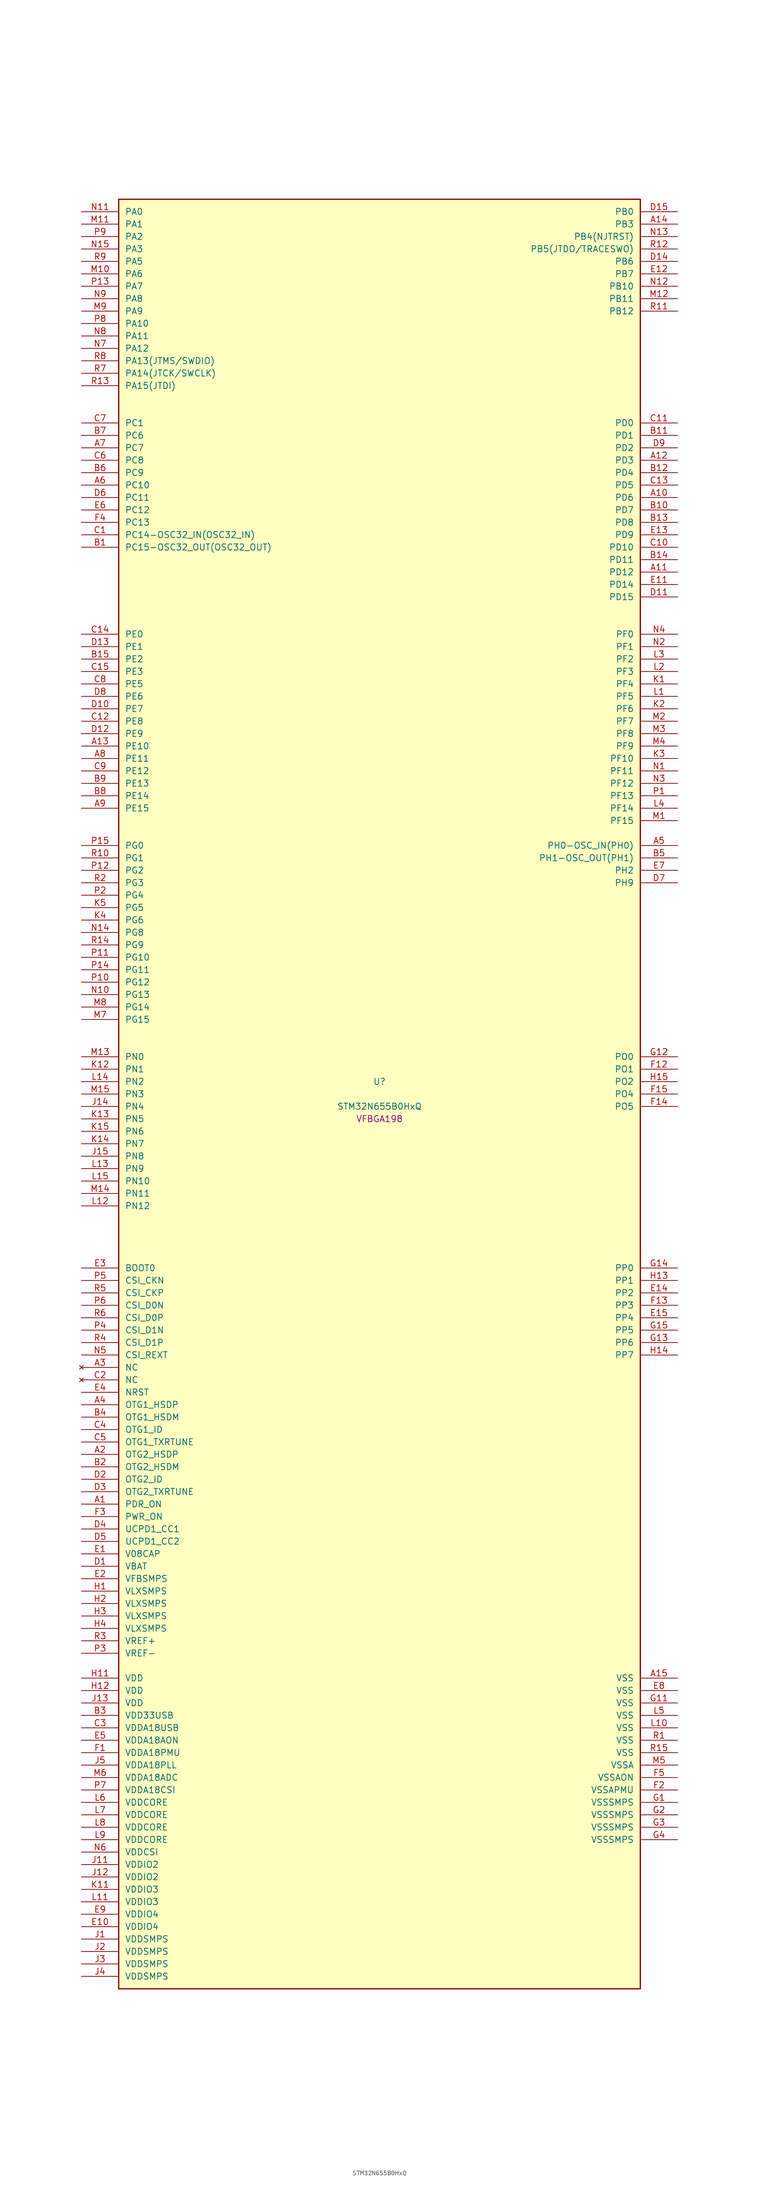
<source format=kicad_sym>
(kicad_symbol_lib
  (version 20241209)
  (generator "stm32_pkl_generator")
  (generator_version "1.0")
  (symbol "STM32N655B0HxQ"
    (pin_names
      (offset 1.27))
    (property "Reference" "U"
      (at 0 2.54 0))
    (property "Value" "STM32N655B0HxQ"
      (at 0 -2.54 0))
    (property "Footprint" "VFBGA198"
      (at 0 -5.08 0))
    (symbol "STM32N655B0HxQ_1_1"
      (rectangle (start -53.34 182.88) (end 53.34 -182.88) (stroke (width 0.254) (type solid)) (fill (type background)))
      (pin bidirectional line (at -60.96 180.34 0) (length 7.62) (name "PA0") (number "N11") (alternate "PA0/ADC1_INN1" bidirectional line) (alternate "PA0/ADC1_INP0" bidirectional line) (alternate "PA0/ADC2_INN1" bidirectional line) (alternate "PA0/ADC2_INP0" bidirectional line) (alternate "PA0/FMC_D7" bidirectional line) (alternate "PA0/FMC_DA7" bidirectional line) (alternate "PA0/HDP_HDP0" bidirectional line) (alternate "PA0/I2S6_WS" bidirectional line) (alternate "PA0/LTDC_G3" bidirectional line) (alternate "PA0/PWR_WKUP1" bidirectional line) (alternate "PA0/SAI2_SD_B" bidirectional line) (alternate "PA0/SPI6_NSS" bidirectional line) (alternate "PA0/TIM15_BKIN" bidirectional line) (alternate "PA0/TIM2_CH1" bidirectional line) (alternate "PA0/TIM5_CH1" bidirectional line) (alternate "PA0/TIM9_CH1" bidirectional line) (alternate "PA0/UART4_TX" bidirectional line) (alternate "PA0/USART2_CTS" bidirectional line) (alternate "PA0/USART2_NSS" bidirectional line))
      (pin bidirectional line (at -60.96 177.8 0) (length 7.62) (name "PA1") (number "M11") (alternate "PA1/ADC1_INP1" bidirectional line) (alternate "PA1/ADC2_INP1" bidirectional line) (alternate "PA1/DCMIPP_D0" bidirectional line) (alternate "PA1/DCMI_D0" bidirectional line) (alternate "PA1/FMC_D6" bidirectional line) (alternate "PA1/FMC_DA6" bidirectional line) (alternate "PA1/HDP_HDP1" bidirectional line) (alternate "PA1/LPTIM3_IN1" bidirectional line) (alternate "PA1/LTDC_G2" bidirectional line) (alternate "PA1/PSSI_D0" bidirectional line) (alternate "PA1/SAI2_MCLK_B" bidirectional line) (alternate "PA1/TIM15_CH1N" bidirectional line) (alternate "PA1/TIM2_CH2" bidirectional line) (alternate "PA1/TIM5_CH2" bidirectional line) (alternate "PA1/UART4_RX" bidirectional line) (alternate "PA1/USART2_RTS" bidirectional line))
      (pin bidirectional line (at -60.96 175.26 0) (length 7.62) (name "PA2") (number "P9") (alternate "PA2/ADC1_INP14" bidirectional line) (alternate "PA2/ADC2_INP14" bidirectional line) (alternate "PA2/FMC_D5" bidirectional line) (alternate "PA2/FMC_DA5" bidirectional line) (alternate "PA2/HDP_HDP2" bidirectional line) (alternate "PA2/LPTIM3_IN2" bidirectional line) (alternate "PA2/LTDC_B7" bidirectional line) (alternate "PA2/MDIOS_MDIO" bidirectional line) (alternate "PA2/PWR_WKUP2" bidirectional line) (alternate "PA2/SAI2_SCK_B" bidirectional line) (alternate "PA2/TIM15_CH1" bidirectional line) (alternate "PA2/TIM2_CH3" bidirectional line) (alternate "PA2/TIM5_CH3" bidirectional line) (alternate "PA2/USART2_TX" bidirectional line))
      (pin bidirectional line (at -60.96 172.72 0) (length 7.62) (name "PA3") (number "N15") (alternate "PA3/FMC_A17" bidirectional line) (alternate "PA3/FMC_ALE" bidirectional line) (alternate "PA3/SAI1_SD_B" bidirectional line) (alternate "PA3/SPI5_NSS" bidirectional line) (alternate "PA3/TIM16_CH1" bidirectional line) (alternate "PA3/UART7_RX" bidirectional line))
      (pin bidirectional line (at -60.96 170.18 0) (length 7.62) (name "PA5") (number "R9") (alternate "PA5/ADC2_INP18" bidirectional line) (alternate "PA5/DCMIPP_D8" bidirectional line) (alternate "PA5/DCMI_D8" bidirectional line) (alternate "PA5/FMC_NOE" bidirectional line) (alternate "PA5/HDP_HDP5" bidirectional line) (alternate "PA5/I2S1_CK" bidirectional line) (alternate "PA5/I2S6_CK" bidirectional line) (alternate "PA5/I3C1_SCL" bidirectional line) (alternate "PA5/LTDC_CLK" bidirectional line) (alternate "PA5/PSSI_D8" bidirectional line) (alternate "PA5/PWR_CSTOP" bidirectional line) (alternate "PA5/SPI1_SCK" bidirectional line) (alternate "PA5/SPI6_SCK" bidirectional line) (alternate "PA5/TIM10_CH1" bidirectional line) (alternate "PA5/TIM2_CH1" bidirectional line) (alternate "PA5/TIM2_ETR" bidirectional line) (alternate "PA5/TIM9_CH2" bidirectional line))
      (pin bidirectional line (at -60.96 167.64 0) (length 7.62) (name "PA6") (number "M10") (alternate "PA6/ADC1_INP3" bidirectional line) (alternate "PA6/ADC2_INP3" bidirectional line) (alternate "PA6/BOOT1" bidirectional line) (alternate "PA6/DCMIPP_PIXCLK" bidirectional line) (alternate "PA6/DCMI_PIXCLK" bidirectional line) (alternate "PA6/HDP_HDP6" bidirectional line) (alternate "PA6/I2S1_SDI" bidirectional line) (alternate "PA6/I2S6_SDI" bidirectional line) (alternate "PA6/I3C1_SDA" bidirectional line) (alternate "PA6/LPTIM3_ETR" bidirectional line) (alternate "PA6/LTDC_B7" bidirectional line) (alternate "PA6/LTDC_HSYNC" bidirectional line) (alternate "PA6/MDIOS_MDC" bidirectional line) (alternate "PA6/PSSI_PDCK" bidirectional line) (alternate "PA6/SPI1_MISO" bidirectional line) (alternate "PA6/SPI6_MISO" bidirectional line) (alternate "PA6/TIM13_CH1" bidirectional line) (alternate "PA6/TIM1_BKIN" bidirectional line) (alternate "PA6/TIM3_CH1" bidirectional line))
      (pin bidirectional line (at -60.96 165.1 0) (length 7.62) (name "PA7") (number "P13") (alternate "PA7/HDP_HDP7" bidirectional line) (alternate "PA7/I2S1_SDO" bidirectional line) (alternate "PA7/I2S6_SDO" bidirectional line) (alternate "PA7/LTDC_B1" bidirectional line) (alternate "PA7/LTDC_R4" bidirectional line) (alternate "PA7/SPI1_MOSI" bidirectional line) (alternate "PA7/SPI6_MOSI" bidirectional line) (alternate "PA7/TIM14_CH1" bidirectional line) (alternate "PA7/TIM1_CH1N" bidirectional line) (alternate "PA7/TIM3_CH2" bidirectional line) (alternate "PA7/USART1_RX" bidirectional line))
      (pin bidirectional line (at -60.96 162.56 0) (length 7.62) (name "PA8") (number "N9") (alternate "PA8/ADC1_INP5" bidirectional line) (alternate "PA8/ADC2_INP5" bidirectional line) (alternate "PA8/FMC_D4" bidirectional line) (alternate "PA8/FMC_DA4" bidirectional line) (alternate "PA8/HDP_HDP0" bidirectional line) (alternate "PA8/I2C3_SCL" bidirectional line) (alternate "PA8/I3C2_SCL" bidirectional line) (alternate "PA8/LTDC_B6" bidirectional line) (alternate "PA8/RCC_MCO_1" bidirectional line) (alternate "PA8/TIM11_CH1" bidirectional line) (alternate "PA8/TIM1_CH1" bidirectional line) (alternate "PA8/UART7_RX" bidirectional line) (alternate "PA8/USART1_CK" bidirectional line))
      (pin bidirectional line (at -60.96 160.02 0) (length 7.62) (name "PA9") (number "M9") (alternate "PA9/ADC1_INP10" bidirectional line) (alternate "PA9/ADC2_INP10" bidirectional line) (alternate "PA9/DCMIPP_D0" bidirectional line) (alternate "PA9/DCMI_D0" bidirectional line) (alternate "PA9/FMC_D3" bidirectional line) (alternate "PA9/FMC_DA3" bidirectional line) (alternate "PA9/HDP_HDP1" bidirectional line) (alternate "PA9/I2C3_SDA" bidirectional line) (alternate "PA9/I2S2_CK" bidirectional line) (alternate "PA9/I3C2_SDA" bidirectional line) (alternate "PA9/LPUART1_TX" bidirectional line) (alternate "PA9/LTDC_B5" bidirectional line) (alternate "PA9/PSSI_D0" bidirectional line) (alternate "PA9/SPI2_SCK" bidirectional line) (alternate "PA9/TIM1_CH2" bidirectional line) (alternate "PA9/USART1_TX" bidirectional line))
      (pin bidirectional line (at -60.96 157.48 0) (length 7.62) (name "PA10") (number "P8") (alternate "PA10/ADC1_INN10" bidirectional line) (alternate "PA10/ADC1_INP11" bidirectional line) (alternate "PA10/ADC2_INN10" bidirectional line) (alternate "PA10/ADC2_INP11" bidirectional line) (alternate "PA10/DCMIPP_D1" bidirectional line) (alternate "PA10/DCMI_D1" bidirectional line) (alternate "PA10/FMC_D2" bidirectional line) (alternate "PA10/FMC_DA2" bidirectional line) (alternate "PA10/HDP_HDP2" bidirectional line) (alternate "PA10/LPUART1_RX" bidirectional line) (alternate "PA10/LTDC_B4" bidirectional line) (alternate "PA10/MDIOS_MDIO" bidirectional line) (alternate "PA10/PSSI_D1" bidirectional line) (alternate "PA10/PWR_CSLEEP" bidirectional line) (alternate "PA10/TIM1_CH3" bidirectional line) (alternate "PA10/USART1_RX" bidirectional line))
      (pin bidirectional line (at -60.96 154.94 0) (length 7.62) (name "PA11") (number "N8") (alternate "PA11/ADC1_EXTI11" bidirectional line) (alternate "PA11/ADC1_INN11" bidirectional line) (alternate "PA11/ADC1_INP12" bidirectional line) (alternate "PA11/ADC2_EXTI11" bidirectional line) (alternate "PA11/ADC2_INN11" bidirectional line) (alternate "PA11/ADC2_INP12" bidirectional line) (alternate "PA11/FDCAN1_RX" bidirectional line) (alternate "PA11/FMC_D1" bidirectional line) (alternate "PA11/FMC_DA1" bidirectional line) (alternate "PA11/HDP_HDP3" bidirectional line) (alternate "PA11/I2S2_WS" bidirectional line) (alternate "PA11/LPUART1_CTS" bidirectional line) (alternate "PA11/LTDC_B3" bidirectional line) (alternate "PA11/SPI2_NSS" bidirectional line) (alternate "PA11/TIM1_CH4" bidirectional line) (alternate "PA11/UART4_RX" bidirectional line) (alternate "PA11/USART1_CTS" bidirectional line) (alternate "PA11/USART1_NSS" bidirectional line))
      (pin bidirectional line (at -60.96 152.4 0) (length 7.62) (name "PA12") (number "N7") (alternate "PA12/ADC1_INN12" bidirectional line) (alternate "PA12/ADC1_INP13" bidirectional line) (alternate "PA12/ADC2_INN12" bidirectional line) (alternate "PA12/ADC2_INP13" bidirectional line) (alternate "PA12/FDCAN1_TX" bidirectional line) (alternate "PA12/FMC_D0" bidirectional line) (alternate "PA12/FMC_DA0" bidirectional line) (alternate "PA12/HDP_HDP4" bidirectional line) (alternate "PA12/I2S2_CK" bidirectional line) (alternate "PA12/LPUART1_RTS" bidirectional line) (alternate "PA12/LTDC_B2" bidirectional line) (alternate "PA12/SAI2_FS_B" bidirectional line) (alternate "PA12/SPI2_SCK" bidirectional line) (alternate "PA12/TIM1_ETR" bidirectional line) (alternate "PA12/UART4_TX" bidirectional line) (alternate "PA12/USART1_RTS" bidirectional line))
      (pin bidirectional line (at -60.96 149.86 0) (length 7.62) (name "PA13(JTMS/SWDIO)") (number "R8") (alternate "PA13(JTMS/SWDIO)/DEBUG_JTMS-SWDIO" bidirectional line) (alternate "PA13(JTMS/SWDIO)/HDP_HDP5" bidirectional line))
      (pin bidirectional line (at -60.96 147.32 0) (length 7.62) (name "PA14(JTCK/SWCLK)") (number "R7") (alternate "PA14(JTCK/SWCLK)/DEBUG_JTCK-SWCLK" bidirectional line) (alternate "PA14(JTCK/SWCLK)/HDP_HDP6" bidirectional line))
      (pin bidirectional line (at -60.96 144.78 0) (length 7.62) (name "PA15(JTDI)") (number "R13") (alternate "PA15(JTDI)/ADC1_EXTI15" bidirectional line) (alternate "PA15(JTDI)/ADC2_EXTI15" bidirectional line) (alternate "PA15(JTDI)/DEBUG_JTDI" bidirectional line) (alternate "PA15(JTDI)/FMC_D15" bidirectional line) (alternate "PA15(JTDI)/FMC_DA15" bidirectional line) (alternate "PA15(JTDI)/HDP_HDP7" bidirectional line) (alternate "PA15(JTDI)/I2S1_WS" bidirectional line) (alternate "PA15(JTDI)/I2S3_WS" bidirectional line) (alternate "PA15(JTDI)/I2S6_WS" bidirectional line) (alternate "PA15(JTDI)/LTDC_R5" bidirectional line) (alternate "PA15(JTDI)/SPI1_NSS" bidirectional line) (alternate "PA15(JTDI)/SPI3_NSS" bidirectional line) (alternate "PA15(JTDI)/SPI6_NSS" bidirectional line) (alternate "PA15(JTDI)/TIM2_CH1" bidirectional line) (alternate "PA15(JTDI)/TIM2_ETR" bidirectional line) (alternate "PA15(JTDI)/UART4_DE" bidirectional line) (alternate "PA15(JTDI)/UART4_RTS" bidirectional line) (alternate "PA15(JTDI)/UART7_TX" bidirectional line))
      (pin bidirectional line (at 60.96 180.34 180) (length 7.62) (name "PB0") (number "D15") (alternate "PB0/ADF1_SDI0" bidirectional line) (alternate "PB0/DCMIPP_D4" bidirectional line) (alternate "PB0/DCMI_D4" bidirectional line) (alternate "PB0/DEBUG_TRACED1" bidirectional line) (alternate "PB0/FMC_D13" bidirectional line) (alternate "PB0/FMC_DA13" bidirectional line) (alternate "PB0/MDF1_SDI2" bidirectional line) (alternate "PB0/PSSI_D4" bidirectional line) (alternate "PB0/SAI1_D2" bidirectional line) (alternate "PB0/SAI1_FS_A" bidirectional line) (alternate "PB0/SPI4_NSS" bidirectional line) (alternate "PB0/TIM15_CH1N" bidirectional line) (alternate "PB0/TIM1_CH4" bidirectional line))
      (pin bidirectional line (at 60.96 177.8 180) (length 7.62) (name "PB3") (number "A14") (alternate "PB3/DEBUG_JTDO-SWO" bidirectional line) (alternate "PB3/DEBUG_TRACECLK" bidirectional line) (alternate "PB3/FMC_A23" bidirectional line) (alternate "PB3/FMC_NBL1" bidirectional line) (alternate "PB3/GFXTIM_FCKCAL" bidirectional line) (alternate "PB3/GFXTIM_LCKCAL" bidirectional line) (alternate "PB3/HDP_HDP0" bidirectional line) (alternate "PB3/MDF1_CKI1" bidirectional line) (alternate "PB3/SAI2_FS_B" bidirectional line) (alternate "PB3/TIM1_CH4N" bidirectional line) (alternate "PB3/USART1_CK" bidirectional line))
      (pin bidirectional line (at 60.96 175.26 180) (length 7.62) (name "PB4(NJTRST)") (number "N13") (alternate "PB4(NJTRST)/DCMIPP_VSYNC" bidirectional line) (alternate "PB4(NJTRST)/DCMI_VSYNC" bidirectional line) (alternate "PB4(NJTRST)/DEBUG_NJTRST" bidirectional line) (alternate "PB4(NJTRST)/FMC_D13" bidirectional line) (alternate "PB4(NJTRST)/FMC_DA13" bidirectional line) (alternate "PB4(NJTRST)/HDP_HDP4" bidirectional line) (alternate "PB4(NJTRST)/I2S1_SDI" bidirectional line) (alternate "PB4(NJTRST)/I2S2_WS" bidirectional line) (alternate "PB4(NJTRST)/I2S3_SDI" bidirectional line) (alternate "PB4(NJTRST)/I2S6_SDI" bidirectional line) (alternate "PB4(NJTRST)/LTDC_R3" bidirectional line) (alternate "PB4(NJTRST)/PSSI_RDY" bidirectional line) (alternate "PB4(NJTRST)/SPI1_MISO" bidirectional line) (alternate "PB4(NJTRST)/SPI2_NSS" bidirectional line) (alternate "PB4(NJTRST)/SPI3_MISO" bidirectional line) (alternate "PB4(NJTRST)/SPI6_MISO" bidirectional line) (alternate "PB4(NJTRST)/TIM16_BKIN" bidirectional line) (alternate "PB4(NJTRST)/TIM3_CH1" bidirectional line) (alternate "PB4(NJTRST)/UART7_TX" bidirectional line))
      (pin bidirectional line (at 60.96 172.72 180) (length 7.62) (name "PB5(JTDO/TRACESWO)") (number "R12") (alternate "PB5(JTDO/TRACESWO)/DCMIPP_D10" bidirectional line) (alternate "PB5(JTDO/TRACESWO)/DCMI_D10" bidirectional line) (alternate "PB5(JTDO/TRACESWO)/DEBUG_JTDO-SWO" bidirectional line) (alternate "PB5(JTDO/TRACESWO)/FDCAN2_RX" bidirectional line) (alternate "PB5(JTDO/TRACESWO)/FMC_D12" bidirectional line) (alternate "PB5(JTDO/TRACESWO)/FMC_DA12" bidirectional line) (alternate "PB5(JTDO/TRACESWO)/HDP_HDP5" bidirectional line) (alternate "PB5(JTDO/TRACESWO)/I2C1_SMBA" bidirectional line) (alternate "PB5(JTDO/TRACESWO)/I2S1_SDO" bidirectional line) (alternate "PB5(JTDO/TRACESWO)/I2S3_SDO" bidirectional line) (alternate "PB5(JTDO/TRACESWO)/I2S6_SDO" bidirectional line) (alternate "PB5(JTDO/TRACESWO)/LTDC_R2" bidirectional line) (alternate "PB5(JTDO/TRACESWO)/PSSI_D10" bidirectional line) (alternate "PB5(JTDO/TRACESWO)/SPI1_MOSI" bidirectional line) (alternate "PB5(JTDO/TRACESWO)/SPI3_MOSI" bidirectional line) (alternate "PB5(JTDO/TRACESWO)/SPI6_MOSI" bidirectional line) (alternate "PB5(JTDO/TRACESWO)/TIM17_BKIN" bidirectional line) (alternate "PB5(JTDO/TRACESWO)/TIM3_CH2" bidirectional line) (alternate "PB5(JTDO/TRACESWO)/UART5_RX" bidirectional line))
      (pin bidirectional line (at 60.96 170.18 180) (length 7.62) (name "PB6") (number "D14") (alternate "PB6/ADF1_CCK1" bidirectional line) (alternate "PB6/DCMIPP_D6" bidirectional line) (alternate "PB6/DCMI_D6" bidirectional line) (alternate "PB6/DEBUG_TRACED2" bidirectional line) (alternate "PB6/FMC_D14" bidirectional line) (alternate "PB6/FMC_DA14" bidirectional line) (alternate "PB6/MDF1_CCK1" bidirectional line) (alternate "PB6/PSSI_D6" bidirectional line) (alternate "PB6/SAI1_CK2" bidirectional line) (alternate "PB6/SAI1_SCK_A" bidirectional line) (alternate "PB6/SPI4_MISO" bidirectional line) (alternate "PB6/TIM15_CH1" bidirectional line))
      (pin bidirectional line (at 60.96 167.64 180) (length 7.62) (name "PB7") (number "E12") (alternate "PB7/ADF1_SDI0" bidirectional line) (alternate "PB7/DCMIPP_D7" bidirectional line) (alternate "PB7/DCMI_D7" bidirectional line) (alternate "PB7/DEBUG_TRACED3" bidirectional line) (alternate "PB7/FMC_D15" bidirectional line) (alternate "PB7/FMC_DA15" bidirectional line) (alternate "PB7/MDF1_SDI1" bidirectional line) (alternate "PB7/PSSI_D7" bidirectional line) (alternate "PB7/SAI1_D1" bidirectional line) (alternate "PB7/SAI1_SD_A" bidirectional line) (alternate "PB7/SAI2_MCLK_B" bidirectional line) (alternate "PB7/SPI4_MOSI" bidirectional line) (alternate "PB7/TIM15_CH2" bidirectional line) (alternate "PB7/TIM1_BKIN2" bidirectional line))
      (pin bidirectional line (at 60.96 165.1 180) (length 7.62) (name "PB10") (number "N12") (alternate "PB10/ADC1_INN4" bidirectional line) (alternate "PB10/ADC1_INP8" bidirectional line) (alternate "PB10/ADC2_INN4" bidirectional line) (alternate "PB10/ADC2_INP8" bidirectional line) (alternate "PB10/FMC_D11" bidirectional line) (alternate "PB10/FMC_DA11" bidirectional line) (alternate "PB10/HDP_HDP2" bidirectional line) (alternate "PB10/I2C2_SCL" bidirectional line) (alternate "PB10/I2S2_CK" bidirectional line) (alternate "PB10/I3C2_SCL" bidirectional line) (alternate "PB10/LPTIM2_IN1" bidirectional line) (alternate "PB10/LTDC_G7" bidirectional line) (alternate "PB10/SPI2_SCK" bidirectional line) (alternate "PB10/TIM2_CH3" bidirectional line) (alternate "PB10/USART3_TX" bidirectional line))
      (pin bidirectional line (at 60.96 162.56 180) (length 7.62) (name "PB11") (number "M12") (alternate "PB11/ADC1_EXTI11" bidirectional line) (alternate "PB11/ADC1_INP4" bidirectional line) (alternate "PB11/ADC2_EXTI11" bidirectional line) (alternate "PB11/ADC2_INP4" bidirectional line) (alternate "PB11/FMC_D10" bidirectional line) (alternate "PB11/FMC_DA10" bidirectional line) (alternate "PB11/HDP_HDP3" bidirectional line) (alternate "PB11/I2C2_SDA" bidirectional line) (alternate "PB11/I3C2_SDA" bidirectional line) (alternate "PB11/LPTIM2_ETR" bidirectional line) (alternate "PB11/LTDC_G6" bidirectional line) (alternate "PB11/TIM2_CH4" bidirectional line) (alternate "PB11/USART3_RX" bidirectional line))
      (pin bidirectional line (at 60.96 160.02 180) (length 7.62) (name "PB12") (number "R11") (alternate "PB12/FDCAN2_RX" bidirectional line) (alternate "PB12/FMC_D9" bidirectional line) (alternate "PB12/FMC_DA9" bidirectional line) (alternate "PB12/HDP_HDP4" bidirectional line) (alternate "PB12/I2C2_SMBA" bidirectional line) (alternate "PB12/I2S2_WS" bidirectional line) (alternate "PB12/LPTIM2_IN2" bidirectional line) (alternate "PB12/LTDC_G5" bidirectional line) (alternate "PB12/SPI2_NSS" bidirectional line) (alternate "PB12/TIM1_BKIN" bidirectional line) (alternate "PB12/UART5_RX" bidirectional line) (alternate "PB12/USART3_CK" bidirectional line))
      (pin bidirectional line (at -60.96 137.16 0) (length 7.62) (name "PC1") (number "C7") (alternate "PC1/DCMIPP_D7" bidirectional line) (alternate "PC1/DCMI_D7" bidirectional line) (alternate "PC1/FDCAN1_TX" bidirectional line) (alternate "PC1/HDP_HDP1" bidirectional line) (alternate "PC1/I2C1_SDA" bidirectional line) (alternate "PC1/I2S2_WS" bidirectional line) (alternate "PC1/I3C1_SDA" bidirectional line) (alternate "PC1/PSSI_D7" bidirectional line) (alternate "PC1/SDMMC1_CDIR" bidirectional line) (alternate "PC1/SDMMC1_D5" bidirectional line) (alternate "PC1/SPI2_NSS" bidirectional line) (alternate "PC1/TIM17_CH1" bidirectional line) (alternate "PC1/TIM4_CH4" bidirectional line) (alternate "PC1/UART4_TX" bidirectional line))
      (pin bidirectional line (at -60.96 134.62 0) (length 7.62) (name "PC6") (number "B7") (alternate "PC6/DCMIPP_D1" bidirectional line) (alternate "PC6/DCMI_D1" bidirectional line) (alternate "PC6/HDP_HDP6" bidirectional line) (alternate "PC6/I2S2_MCK" bidirectional line) (alternate "PC6/PSSI_D1" bidirectional line) (alternate "PC6/SDMMC1_D0DIR" bidirectional line) (alternate "PC6/SDMMC1_D6" bidirectional line) (alternate "PC6/TIM1_CH1" bidirectional line) (alternate "PC6/TIM3_CH1" bidirectional line) (alternate "PC6/TIM9_CH1" bidirectional line) (alternate "PC6/USART6_TX" bidirectional line))
      (pin bidirectional line (at -60.96 132.08 0) (length 7.62) (name "PC7") (number "A7") (alternate "PC7/DCMIPP_D1" bidirectional line) (alternate "PC7/DCMI_D1" bidirectional line) (alternate "PC7/DEBUG_TRGIO" bidirectional line) (alternate "PC7/HDP_HDP7" bidirectional line) (alternate "PC7/I2S3_MCK" bidirectional line) (alternate "PC7/PSSI_D1" bidirectional line) (alternate "PC7/SDMMC1_D123DIR" bidirectional line) (alternate "PC7/SDMMC1_D7" bidirectional line) (alternate "PC7/TIM16_CH1N" bidirectional line) (alternate "PC7/TIM3_CH2" bidirectional line) (alternate "PC7/TIM9_CH2" bidirectional line) (alternate "PC7/USART6_RX" bidirectional line))
      (pin bidirectional line (at -60.96 129.54 0) (length 7.62) (name "PC8") (number "C6") (alternate "PC8/DCMIPP_D2" bidirectional line) (alternate "PC8/DCMI_D2" bidirectional line) (alternate "PC8/DEBUG_TRACED1" bidirectional line) (alternate "PC8/FMC_NE4" bidirectional line) (alternate "PC8/HDP_HDP0" bidirectional line) (alternate "PC8/I2C3_SMBA" bidirectional line) (alternate "PC8/LTDC_B0" bidirectional line) (alternate "PC8/PSSI_D2" bidirectional line) (alternate "PC8/SDMMC1_D0" bidirectional line) (alternate "PC8/TIM3_CH3" bidirectional line) (alternate "PC8/UART5_DE" bidirectional line) (alternate "PC8/UART5_RTS" bidirectional line) (alternate "PC8/UCPD1_FRSTX1" bidirectional line) (alternate "PC8/USART6_CK" bidirectional line))
      (pin bidirectional line (at -60.96 127 0) (length 7.62) (name "PC9") (number "B6") (alternate "PC9/AUDIOCLK" bidirectional line) (alternate "PC9/DCMIPP_D3" bidirectional line) (alternate "PC9/DCMI_D3" bidirectional line) (alternate "PC9/HDP_HDP1" bidirectional line) (alternate "PC9/I2C3_SDA" bidirectional line) (alternate "PC9/LTDC_B3" bidirectional line) (alternate "PC9/PSSI_D3" bidirectional line) (alternate "PC9/RCC_MCO_2" bidirectional line) (alternate "PC9/SDMMC1_D1" bidirectional line) (alternate "PC9/TIM3_CH4" bidirectional line) (alternate "PC9/UART5_CTS" bidirectional line) (alternate "PC9/UCPD1_FRSTX2" bidirectional line) (alternate "PC9/USART6_RX" bidirectional line))
      (pin bidirectional line (at -60.96 124.46 0) (length 7.62) (name "PC10") (number "A6") (alternate "PC10/DCMIPP_D14" bidirectional line) (alternate "PC10/FMC_CLK" bidirectional line) (alternate "PC10/HDP_HDP2" bidirectional line) (alternate "PC10/I2C4_SCL" bidirectional line) (alternate "PC10/I2S3_CK" bidirectional line) (alternate "PC10/I3C2_SCL" bidirectional line) (alternate "PC10/PSSI_D14" bidirectional line) (alternate "PC10/SDMMC1_D2" bidirectional line) (alternate "PC10/SPI3_SCK" bidirectional line) (alternate "PC10/TIM1_BKIN" bidirectional line) (alternate "PC10/UART4_TX" bidirectional line) (alternate "PC10/USART3_TX" bidirectional line))
      (pin bidirectional line (at -60.96 121.92 0) (length 7.62) (name "PC11") (number "D6") (alternate "PC11/ADC1_EXTI11" bidirectional line) (alternate "PC11/ADC2_EXTI11" bidirectional line) (alternate "PC11/DCMIPP_D4" bidirectional line) (alternate "PC11/DCMI_D4" bidirectional line) (alternate "PC11/HDP_HDP3" bidirectional line) (alternate "PC11/I2C4_SDA" bidirectional line) (alternate "PC11/I2S3_SDI" bidirectional line) (alternate "PC11/I3C2_SDA" bidirectional line) (alternate "PC11/PSSI_D4" bidirectional line) (alternate "PC11/SDMMC1_D3" bidirectional line) (alternate "PC11/SPI3_MISO" bidirectional line) (alternate "PC11/UART4_RX" bidirectional line) (alternate "PC11/USART3_RX" bidirectional line))
      (pin bidirectional line (at -60.96 119.38 0) (length 7.62) (name "PC12") (number "E6") (alternate "PC12/DCMIPP_D9" bidirectional line) (alternate "PC12/DCMI_D9" bidirectional line) (alternate "PC12/DEBUG_TRACED3" bidirectional line) (alternate "PC12/FMC_NL" bidirectional line) (alternate "PC12/HDP_HDP4" bidirectional line) (alternate "PC12/I2S3_SDO" bidirectional line) (alternate "PC12/I2S6_CK" bidirectional line) (alternate "PC12/PSSI_D9" bidirectional line) (alternate "PC12/SDMMC1_CK" bidirectional line) (alternate "PC12/SPI3_MOSI" bidirectional line) (alternate "PC12/SPI6_SCK" bidirectional line) (alternate "PC12/TIM15_CH1" bidirectional line) (alternate "PC12/TIM1_CH4" bidirectional line) (alternate "PC12/UART5_TX" bidirectional line) (alternate "PC12/USART3_CK" bidirectional line))
      (pin bidirectional line (at -60.96 116.84 0) (length 7.62) (name "PC13") (number "F4") (alternate "PC13/HDP_HDP5" bidirectional line) (alternate "PC13/PWR_WKUP3" bidirectional line) (alternate "PC13/RTC_OUT1" bidirectional line) (alternate "PC13/RTC_TS" bidirectional line) (alternate "PC13/TAMP_IN1" bidirectional line) (alternate "PC13/TAMP_OUT2" bidirectional line))
      (pin bidirectional line (at -60.96 114.3 0) (length 7.62) (name "PC14-OSC32_IN(OSC32_IN)") (number "C1") (alternate "PC14-OSC32_IN(OSC32_IN)/RCC_OSC32_IN" bidirectional line))
      (pin bidirectional line (at -60.96 111.76 0) (length 7.62) (name "PC15-OSC32_OUT(OSC32_OUT)") (number "B1") (alternate "PC15-OSC32_OUT(OSC32_OUT)/ADC1_EXTI15" bidirectional line) (alternate "PC15-OSC32_OUT(OSC32_OUT)/ADC2_EXTI15" bidirectional line) (alternate "PC15-OSC32_OUT(OSC32_OUT)/RCC_OSC32_OUT" bidirectional line))
      (pin bidirectional line (at 60.96 137.16 180) (length 7.62) (name "PD0") (number "C11") (alternate "PD0/DCMIPP_HSYNC" bidirectional line) (alternate "PD0/DCMI_HSYNC" bidirectional line) (alternate "PD0/FDCAN1_RX" bidirectional line) (alternate "PD0/FMC_A6" bidirectional line) (alternate "PD0/FMC_A22" bidirectional line) (alternate "PD0/PSSI_DE" bidirectional line) (alternate "PD0/TIM1_ETR" bidirectional line) (alternate "PD0/UART4_RX" bidirectional line) (alternate "PD0/UART9_CTS" bidirectional line))
      (pin bidirectional line (at 60.96 134.62 180) (length 7.62) (name "PD1") (number "B11") (alternate "PD1/ETH1_MDC" bidirectional line) (alternate "PD1/FDCAN1_TX" bidirectional line) (alternate "PD1/FMC_A7" bidirectional line) (alternate "PD1/FMC_A23" bidirectional line) (alternate "PD1/UART4_TX" bidirectional line))
      (pin bidirectional line (at 60.96 132.08 180) (length 7.62) (name "PD2") (number "D9") (alternate "PD2/ADF1_SDI0" bidirectional line) (alternate "PD2/DEBUG_TRACED0" bidirectional line) (alternate "PD2/FMC_A0" bidirectional line) (alternate "PD2/FMC_A16" bidirectional line) (alternate "PD2/FMC_CLE" bidirectional line) (alternate "PD2/HDP_HDP1" bidirectional line) (alternate "PD2/I2S2_SDO" bidirectional line) (alternate "PD2/MDF1_SDI1" bidirectional line) (alternate "PD2/MDIOS_MDC" bidirectional line) (alternate "PD2/PWR_WKUP4" bidirectional line) (alternate "PD2/SAI1_D1" bidirectional line) (alternate "PD2/SAI1_SD_A" bidirectional line) (alternate "PD2/SPI2_MOSI" bidirectional line) (alternate "PD2/TIM15_CH1N" bidirectional line) (alternate "PD2/TIM1_CH3" bidirectional line))
      (pin bidirectional line (at 60.96 129.54 180) (length 7.62) (name "PD3") (number "A12") (alternate "PD3/DCMIPP_D14" bidirectional line) (alternate "PD3/ETH1_PHY_INTN" bidirectional line) (alternate "PD3/FMC_A10" bidirectional line) (alternate "PD3/I2C2_SMBA" bidirectional line) (alternate "PD3/PSSI_D14" bidirectional line) (alternate "PD3/USART6_CTS" bidirectional line))
      (pin bidirectional line (at 60.96 127 180) (length 7.62) (name "PD4") (number "B12") (alternate "PD4/DCMIPP_D9" bidirectional line) (alternate "PD4/DCMI_D9" bidirectional line) (alternate "PD4/FMC_A11" bidirectional line) (alternate "PD4/I2C2_SDA" bidirectional line) (alternate "PD4/PSSI_D9" bidirectional line) (alternate "PD4/SPI5_MISO" bidirectional line) (alternate "PD4/TAMP_IN7" bidirectional line) (alternate "PD4/TAMP_OUT8" bidirectional line) (alternate "PD4/TIM1_BKIN2" bidirectional line) (alternate "PD4/USART6_RTS" bidirectional line))
      (pin bidirectional line (at 60.96 124.46 180) (length 7.62) (name "PD5") (number "C13") (alternate "PD5/DCMIPP_PIXCLK" bidirectional line) (alternate "PD5/DCMI_PIXCLK" bidirectional line) (alternate "PD5/FMC_D6" bidirectional line) (alternate "PD5/FMC_DA6" bidirectional line) (alternate "PD5/PSSI_PDCK" bidirectional line) (alternate "PD5/TIM1_CH4N" bidirectional line) (alternate "PD5/USART2_TX" bidirectional line))
      (pin bidirectional line (at 60.96 121.92 180) (length 7.62) (name "PD6") (number "A10") (alternate "PD6/FMC_A1" bidirectional line) (alternate "PD6/FMC_A17" bidirectional line) (alternate "PD6/FMC_ALE" bidirectional line) (alternate "PD6/HDP_HDP2" bidirectional line) (alternate "PD6/I2S2_SDI" bidirectional line) (alternate "PD6/SPI2_MISO" bidirectional line) (alternate "PD6/TIM15_CH2" bidirectional line) (alternate "PD6/TIM1_CH1" bidirectional line))
      (pin bidirectional line (at 60.96 119.38 180) (length 7.62) (name "PD7") (number "B10") (alternate "PD7/DCMIPP_D0" bidirectional line) (alternate "PD7/DCMI_D0" bidirectional line) (alternate "PD7/FMC_A2" bidirectional line) (alternate "PD7/FMC_A18" bidirectional line) (alternate "PD7/HDP_HDP3" bidirectional line) (alternate "PD7/I2S2_SDO" bidirectional line) (alternate "PD7/I2S3_WS" bidirectional line) (alternate "PD7/PSSI_D0" bidirectional line) (alternate "PD7/SPI2_MOSI" bidirectional line) (alternate "PD7/SPI3_NSS" bidirectional line) (alternate "PD7/TIM15_CH1N" bidirectional line) (alternate "PD7/TIM1_CH2" bidirectional line))
      (pin bidirectional line (at 60.96 116.84 180) (length 7.62) (name "PD8") (number "B13") (alternate "PD8/DCMIPP_D11" bidirectional line) (alternate "PD8/DCMI_D11" bidirectional line) (alternate "PD8/FMC_NBL0" bidirectional line) (alternate "PD8/LTDC_R7" bidirectional line) (alternate "PD8/PSSI_D11" bidirectional line) (alternate "PD8/TAMP_IN3" bidirectional line) (alternate "PD8/TAMP_OUT4" bidirectional line) (alternate "PD8/USART3_TX" bidirectional line))
      (pin bidirectional line (at 60.96 114.3 180) (length 7.62) (name "PD9") (number "E13") (alternate "PD9/DCMIPP_D11" bidirectional line) (alternate "PD9/DCMI_D11" bidirectional line) (alternate "PD9/FMC_SDCLK" bidirectional line) (alternate "PD9/LTDC_R1" bidirectional line) (alternate "PD9/PSSI_D11" bidirectional line) (alternate "PD9/TAMP_IN5" bidirectional line) (alternate "PD9/TAMP_OUT6" bidirectional line) (alternate "PD9/USART3_RX" bidirectional line))
      (pin bidirectional line (at 60.96 111.76 180) (length 7.62) (name "PD10") (number "C10") (alternate "PD10/DEBUG_TRACECLK" bidirectional line) (alternate "PD10/FMC_A3" bidirectional line) (alternate "PD10/FMC_A19" bidirectional line) (alternate "PD10/GFXTIM_TE" bidirectional line) (alternate "PD10/HDP_HDP4" bidirectional line) (alternate "PD10/I2S1_MCK" bidirectional line) (alternate "PD10/MDF1_CKI3" bidirectional line) (alternate "PD10/SAI2_FS_B" bidirectional line) (alternate "PD10/TIM1_ETR" bidirectional line) (alternate "PD10/UCPD1_FRSTX1" bidirectional line))
      (pin bidirectional line (at 60.96 109.22 180) (length 7.62) (name "PD11") (number "B14") (alternate "PD11/ADC1_EXTI11" bidirectional line) (alternate "PD11/ADC2_EXTI11" bidirectional line) (alternate "PD11/DCMIPP_D15" bidirectional line) (alternate "PD11/FMC_D8" bidirectional line) (alternate "PD11/FMC_DA8" bidirectional line) (alternate "PD11/I2C4_SDA" bidirectional line) (alternate "PD11/I2S2_SDI" bidirectional line) (alternate "PD11/PSSI_D15" bidirectional line) (alternate "PD11/SDMMC1_D0" bidirectional line) (alternate "PD11/SPI2_MISO" bidirectional line) (alternate "PD11/UCPD1_FRSTX1" bidirectional line))
      (pin bidirectional line (at 60.96 106.68 180) (length 7.62) (name "PD12") (number "A11") (alternate "PD12/DCMIPP_D12" bidirectional line) (alternate "PD12/DCMI_D12" bidirectional line) (alternate "PD12/ETH1_MDIO" bidirectional line) (alternate "PD12/FMC_A5" bidirectional line) (alternate "PD12/FMC_A21" bidirectional line) (alternate "PD12/HDP_HDP5" bidirectional line) (alternate "PD12/MDF1_SDI3" bidirectional line) (alternate "PD12/PSSI_D12" bidirectional line) (alternate "PD12/SAI1_D3" bidirectional line) (alternate "PD12/UCPD1_FRSTX2" bidirectional line))
      (pin bidirectional line (at 60.96 104.14 180) (length 7.62) (name "PD14") (number "E11") (alternate "PD14/FMC_A9" bidirectional line) (alternate "PD14/I2C2_SCL" bidirectional line))
      (pin bidirectional line (at 60.96 101.6 180) (length 7.62) (name "PD15") (number "D11") (alternate "PD15/ADC1_EXTI15" bidirectional line) (alternate "PD15/ADC2_EXTI15" bidirectional line) (alternate "PD15/FMC_A8" bidirectional line) (alternate "PD15/I2C2_SDA" bidirectional line) (alternate "PD15/LTDC_R2" bidirectional line))
      (pin bidirectional line (at -60.96 93.98 0) (length 7.62) (name "PE0") (number "C14") (alternate "PE0/DCMIPP_D2" bidirectional line) (alternate "PE0/DCMI_D2" bidirectional line) (alternate "PE0/FMC_D9" bidirectional line) (alternate "PE0/FMC_DA9" bidirectional line) (alternate "PE0/LPTIM1_ETR" bidirectional line) (alternate "PE0/LPTIM2_ETR" bidirectional line) (alternate "PE0/PSSI_D2" bidirectional line) (alternate "PE0/SAI2_MCLK_A" bidirectional line) (alternate "PE0/TAMP_IN6" bidirectional line) (alternate "PE0/TAMP_OUT5" bidirectional line) (alternate "PE0/TIM4_ETR" bidirectional line) (alternate "PE0/UART8_RX" bidirectional line) (alternate "PE0/USART3_RX" bidirectional line))
      (pin bidirectional line (at -60.96 91.44 0) (length 7.62) (name "PE1") (number "D13") (alternate "PE1/DCMIPP_D8" bidirectional line) (alternate "PE1/DCMI_D8" bidirectional line) (alternate "PE1/FMC_D10" bidirectional line) (alternate "PE1/FMC_DA10" bidirectional line) (alternate "PE1/LPTIM1_IN2" bidirectional line) (alternate "PE1/LPTIM2_CH2" bidirectional line) (alternate "PE1/PSSI_D8" bidirectional line) (alternate "PE1/UART8_TX" bidirectional line) (alternate "PE1/USART3_TX" bidirectional line))
      (pin bidirectional line (at -60.96 88.9 0) (length 7.62) (name "PE2") (number "B15") (alternate "PE2/ADF1_CCK0" bidirectional line) (alternate "PE2/DEBUG_TRACECLK" bidirectional line) (alternate "PE2/FMC_D11" bidirectional line) (alternate "PE2/FMC_DA11" bidirectional line) (alternate "PE2/LPTIM5_IN1" bidirectional line) (alternate "PE2/MDF1_CCK0" bidirectional line) (alternate "PE2/SAI1_CK1" bidirectional line) (alternate "PE2/SAI1_MCLK_A" bidirectional line) (alternate "PE2/SPI4_SCK" bidirectional line) (alternate "PE2/TIM1_CH2N" bidirectional line) (alternate "PE2/UCPD1_FRSTX1" bidirectional line))
      (pin bidirectional line (at -60.96 86.36 0) (length 7.62) (name "PE3") (number "C15") (alternate "PE3/DEBUG_TRACED0" bidirectional line) (alternate "PE3/FMC_D12" bidirectional line) (alternate "PE3/FMC_DA12" bidirectional line) (alternate "PE3/LPTIM5_ETR" bidirectional line) (alternate "PE3/MDF1_CKI2" bidirectional line) (alternate "PE3/SAI1_SD_B" bidirectional line) (alternate "PE3/TIM15_BKIN" bidirectional line))
      (pin bidirectional line (at -60.96 83.82 0) (length 7.62) (name "PE5") (number "C8") (alternate "PE5/DCMIPP_D5" bidirectional line) (alternate "PE5/DCMI_D5" bidirectional line) (alternate "PE5/FDCAN2_TX" bidirectional line) (alternate "PE5/FMC_SDNE1" bidirectional line) (alternate "PE5/HDP_HDP6" bidirectional line) (alternate "PE5/I2C1_SCL" bidirectional line) (alternate "PE5/I3C1_SCL" bidirectional line) (alternate "PE5/LPUART1_TX" bidirectional line) (alternate "PE5/PSSI_D5" bidirectional line) (alternate "PE5/TIM16_CH1N" bidirectional line) (alternate "PE5/TIM4_CH1" bidirectional line) (alternate "PE5/UART5_TX" bidirectional line) (alternate "PE5/USART1_TX" bidirectional line))
      (pin bidirectional line (at -60.96 81.28 0) (length 7.62) (name "PE6") (number "D8") (alternate "PE6/DCMIPP_D1" bidirectional line) (alternate "PE6/DCMIPP_VSYNC" bidirectional line) (alternate "PE6/DCMI_D1" bidirectional line) (alternate "PE6/DCMI_VSYNC" bidirectional line) (alternate "PE6/FMC_SDCKE1" bidirectional line) (alternate "PE6/HDP_HDP7" bidirectional line) (alternate "PE6/I2C1_SDA" bidirectional line) (alternate "PE6/I3C1_SDA" bidirectional line) (alternate "PE6/LPUART1_RX" bidirectional line) (alternate "PE6/PSSI_D1" bidirectional line) (alternate "PE6/PSSI_RDY" bidirectional line) (alternate "PE6/TIM17_CH1N" bidirectional line) (alternate "PE6/TIM4_CH2" bidirectional line) (alternate "PE6/UART5_TX" bidirectional line) (alternate "PE6/USART1_RX" bidirectional line))
      (pin bidirectional line (at -60.96 78.74 0) (length 7.62) (name "PE7") (number "D10") (alternate "PE7/FMC_A4" bidirectional line) (alternate "PE7/FMC_A20" bidirectional line) (alternate "PE7/MDF1_CKI0" bidirectional line) (alternate "PE7/SAI2_SD_B" bidirectional line) (alternate "PE7/TIM1_ETR" bidirectional line) (alternate "PE7/UART7_RX" bidirectional line))
      (pin bidirectional line (at -60.96 76.2 0) (length 7.62) (name "PE8") (number "C12") (alternate "PE8/DCMIPP_D4" bidirectional line) (alternate "PE8/DCMI_D4" bidirectional line) (alternate "PE8/FMC_A12" bidirectional line) (alternate "PE8/MDF1_SDI0" bidirectional line) (alternate "PE8/PSSI_D4" bidirectional line) (alternate "PE8/TIM1_CH1N" bidirectional line) (alternate "PE8/UART7_TX" bidirectional line) (alternate "PE8/USART3_TX" bidirectional line))
      (pin bidirectional line (at -60.96 73.66 0) (length 7.62) (name "PE9") (number "D12") (alternate "PE9/FMC_A14" bidirectional line) (alternate "PE9/FMC_BA0" bidirectional line) (alternate "PE9/MDF1_CKI4" bidirectional line) (alternate "PE9/TIM1_CH1" bidirectional line) (alternate "PE9/UART7_RTS" bidirectional line))
      (pin bidirectional line (at -60.96 71.12 0) (length 7.62) (name "PE10") (number "A13") (alternate "PE10/DCMIPP_D3" bidirectional line) (alternate "PE10/DCMI_D3" bidirectional line) (alternate "PE10/DEBUG_TRACECLK" bidirectional line) (alternate "PE10/FMC_A15" bidirectional line) (alternate "PE10/FMC_BA1" bidirectional line) (alternate "PE10/MDF1_SDI4" bidirectional line) (alternate "PE10/PSSI_D3" bidirectional line) (alternate "PE10/TIM1_CH2N" bidirectional line) (alternate "PE10/UART7_CTS" bidirectional line) (alternate "PE10/USART3_RX" bidirectional line))
      (pin bidirectional line (at -60.96 68.58 0) (length 7.62) (name "PE11") (number "A8") (alternate "PE11/ADC1_EXTI11" bidirectional line) (alternate "PE11/ADC2_EXTI11" bidirectional line) (alternate "PE11/FDCAN3_TX" bidirectional line) (alternate "PE11/FMC_SDNWE" bidirectional line) (alternate "PE11/LTDC_VSYNC" bidirectional line) (alternate "PE11/MDF1_CKI5" bidirectional line) (alternate "PE11/SAI2_SD_B" bidirectional line) (alternate "PE11/SPI4_NSS" bidirectional line) (alternate "PE11/TIM1_CH2" bidirectional line))
      (pin bidirectional line (at -60.96 66.04 0) (length 7.62) (name "PE12") (number "C9") (alternate "PE12/FDCAN3_RX" bidirectional line) (alternate "PE12/FMC_SDNRAS" bidirectional line) (alternate "PE12/MDF1_SDI5" bidirectional line) (alternate "PE12/SAI2_SCK_B" bidirectional line) (alternate "PE12/SPI4_SCK" bidirectional line) (alternate "PE12/TIM1_CH3N" bidirectional line))
      (pin bidirectional line (at -60.96 63.5 0) (length 7.62) (name "PE13") (number "B9") (alternate "PE13/ADF1_CCK0" bidirectional line) (alternate "PE13/FMC_SDNCAS" bidirectional line) (alternate "PE13/I2C4_SCL" bidirectional line) (alternate "PE13/SAI2_FS_B" bidirectional line) (alternate "PE13/SPI4_MISO" bidirectional line) (alternate "PE13/TIM1_CH3" bidirectional line))
      (pin bidirectional line (at -60.96 60.96 0) (length 7.62) (name "PE14") (number "B8") (alternate "PE14/ADF1_CCK1" bidirectional line) (alternate "PE14/FMC_NWE" bidirectional line) (alternate "PE14/FMC_SDNE0" bidirectional line) (alternate "PE14/GFXTIM_FCKCAL" bidirectional line) (alternate "PE14/GFXTIM_LCKCAL" bidirectional line) (alternate "PE14/I2C4_SDA" bidirectional line) (alternate "PE14/SAI2_MCLK_B" bidirectional line) (alternate "PE14/SPI4_MOSI" bidirectional line) (alternate "PE14/TIM1_CH4" bidirectional line))
      (pin bidirectional line (at -60.96 58.42 0) (length 7.62) (name "PE15") (number "A9") (alternate "PE15/ADC1_EXTI15" bidirectional line) (alternate "PE15/ADC2_EXTI15" bidirectional line) (alternate "PE15/FMC_SDCKE0" bidirectional line) (alternate "PE15/GFXTIM_FCKCAL" bidirectional line) (alternate "PE15/GFXTIM_LCKCAL" bidirectional line) (alternate "PE15/I2C4_SMBA" bidirectional line) (alternate "PE15/SDMMC1_D0" bidirectional line) (alternate "PE15/SPI5_SCK" bidirectional line) (alternate "PE15/TIM1_BKIN" bidirectional line) (alternate "PE15/USART2_CK" bidirectional line))
      (pin bidirectional line (at 60.96 93.98 180) (length 7.62) (name "PF0") (number "N4") (alternate "PF0/DCMIPP_D9" bidirectional line) (alternate "PF0/DCMI_D9" bidirectional line) (alternate "PF0/ETH1_MII_TX_CLK" bidirectional line) (alternate "PF0/ETH1_RGMII_GTX_CLK" bidirectional line) (alternate "PF0/LPTIM5_OUT" bidirectional line) (alternate "PF0/PSSI_D9" bidirectional line) (alternate "PF0/TIM4_CH4" bidirectional line) (alternate "PF0/UART8_RTS" bidirectional line) (alternate "PF0/UART9_TX" bidirectional line) (alternate "PF0/UCPD1_FRSTX2" bidirectional line))
      (pin bidirectional line (at 60.96 91.44 180) (length 7.62) (name "PF1") (number "N2") (alternate "PF1/DCMIPP_D7" bidirectional line) (alternate "PF1/DCMI_D7" bidirectional line) (alternate "PF1/ETH1_TX_ER" bidirectional line) (alternate "PF1/LPTIM1_CH2" bidirectional line) (alternate "PF1/LPTIM2_CH1" bidirectional line) (alternate "PF1/PSSI_D7" bidirectional line) (alternate "PF1/TIM4_CH3" bidirectional line) (alternate "PF1/UART8_CTS" bidirectional line) (alternate "PF1/UART9_RX" bidirectional line) (alternate "PF1/UCPD1_FRSTX1" bidirectional line))
      (pin bidirectional line (at 60.96 88.9 180) (length 7.62) (name "PF2") (number "L3") (alternate "PF2/ETH1_RGMII_CLK125" bidirectional line) (alternate "PF2/FDCAN3_TX" bidirectional line) (alternate "PF2/FMC_NWAIT" bidirectional line) (alternate "PF2/I2S2_CK" bidirectional line) (alternate "PF2/LTDC_B1" bidirectional line) (alternate "PF2/SPI2_SCK" bidirectional line) (alternate "PF2/TIM1_CH3N" bidirectional line) (alternate "PF2/USART2_CTS" bidirectional line) (alternate "PF2/USART2_NSS" bidirectional line))
      (pin bidirectional line (at 60.96 86.36 180) (length 7.62) (name "PF3") (number "L2") (alternate "PF3/ADC1_INP16" bidirectional line) (alternate "PF3/DCMIPP_HSYNC" bidirectional line) (alternate "PF3/DCMI_HSYNC" bidirectional line) (alternate "PF3/ETH1_PPS_OUT" bidirectional line) (alternate "PF3/FDCAN3_RX" bidirectional line) (alternate "PF3/FMC_NL" bidirectional line) (alternate "PF3/LTDC_R4" bidirectional line) (alternate "PF3/PSSI_DE" bidirectional line) (alternate "PF3/USART2_RTS" bidirectional line))
      (pin bidirectional line (at 60.96 83.82 180) (length 7.62) (name "PF4") (number "K1") (alternate "PF4/ADC1_INP18" bidirectional line) (alternate "PF4/DCMIPP_HSYNC" bidirectional line) (alternate "PF4/DCMI_HSYNC" bidirectional line) (alternate "PF4/ETH1_MDIO" bidirectional line) (alternate "PF4/HDP_HDP4" bidirectional line) (alternate "PF4/I2S1_WS" bidirectional line) (alternate "PF4/I2S3_WS" bidirectional line) (alternate "PF4/I2S6_WS" bidirectional line) (alternate "PF4/LPTIM3_CH2" bidirectional line) (alternate "PF4/LTDC_R3" bidirectional line) (alternate "PF4/PSSI_DE" bidirectional line) (alternate "PF4/SPI1_NSS" bidirectional line) (alternate "PF4/SPI3_NSS" bidirectional line) (alternate "PF4/SPI6_NSS" bidirectional line) (alternate "PF4/TIM5_ETR" bidirectional line) (alternate "PF4/USART2_CK" bidirectional line))
      (pin bidirectional line (at 60.96 81.28 180) (length 7.62) (name "PF5") (number "L1") (alternate "PF5/DCMIPP_D6" bidirectional line) (alternate "PF5/DCMI_D6" bidirectional line) (alternate "PF5/ETH1_CLK" bidirectional line) (alternate "PF5/FMC_NE3" bidirectional line) (alternate "PF5/LPTIM2_IN2" bidirectional line) (alternate "PF5/LTDC_G0" bidirectional line) (alternate "PF5/PSSI_D6" bidirectional line) (alternate "PF5/SAI2_SD_A" bidirectional line) (alternate "PF5/TIM1_ETR" bidirectional line) (alternate "PF5/USART3_CTS" bidirectional line) (alternate "PF5/USART3_NSS" bidirectional line))
      (pin bidirectional line (at 60.96 78.74 180) (length 7.62) (name "PF6") (number "K2") (alternate "PF6/ADC1_INP15" bidirectional line) (alternate "PF6/ADC2_INP15" bidirectional line) (alternate "PF6/ETH1_MII_COL" bidirectional line) (alternate "PF6/GFXTIM_FCKCAL" bidirectional line) (alternate "PF6/GFXTIM_LCKCAL" bidirectional line) (alternate "PF6/HDP_HDP3" bidirectional line) (alternate "PF6/I2S6_MCK" bidirectional line) (alternate "PF6/LPTIM3_CH1" bidirectional line) (alternate "PF6/LTDC_DE" bidirectional line) (alternate "PF6/SPI1_RDY" bidirectional line) (alternate "PF6/SPI4_RDY" bidirectional line) (alternate "PF6/SPI5_RDY" bidirectional line) (alternate "PF6/TIM15_CH2" bidirectional line) (alternate "PF6/TIM1_CH3" bidirectional line) (alternate "PF6/TIM2_CH4" bidirectional line) (alternate "PF6/TIM5_CH4" bidirectional line) (alternate "PF6/USART2_RX" bidirectional line))
      (pin bidirectional line (at 60.96 76.2 180) (length 7.62) (name "PF7") (number "M2") (alternate "PF7/ADC1_INN5" bidirectional line) (alternate "PF7/ADC1_INP9" bidirectional line) (alternate "PF7/ADC2_INN5" bidirectional line) (alternate "PF7/ADC2_INP9" bidirectional line) (alternate "PF7/ETH1_MII_RX_CLK" bidirectional line) (alternate "PF7/ETH1_RGMII_RX_CLK" bidirectional line) (alternate "PF7/ETH1_RMII_REF_CLK" bidirectional line) (alternate "PF7/GFXTIM_TE" bidirectional line) (alternate "PF7/HDP_HDP0" bidirectional line) (alternate "PF7/I2S1_CK" bidirectional line) (alternate "PF7/LTDC_VSYNC" bidirectional line) (alternate "PF7/SPI1_SCK" bidirectional line) (alternate "PF7/TIM1_CH2N" bidirectional line) (alternate "PF7/TIM3_CH3" bidirectional line) (alternate "PF7/TIM9_CH1" bidirectional line) (alternate "PF7/UART4_CTS" bidirectional line))
      (pin bidirectional line (at 60.96 73.66 180) (length 7.62) (name "PF8") (number "M3") (alternate "PF8/DEBUG_TRACECLK" bidirectional line) (alternate "PF8/ETH1_MII_RXD2" bidirectional line) (alternate "PF8/ETH1_RGMII_RXD2" bidirectional line) (alternate "PF8/FMC_NWE" bidirectional line) (alternate "PF8/LTDC_R6" bidirectional line) (alternate "PF8/UART9_TX" bidirectional line))
      (pin bidirectional line (at 60.96 71.12 180) (length 7.62) (name "PF9") (number "M4") (alternate "PF9/DEBUG_TRACED0" bidirectional line) (alternate "PF9/ETH1_MII_RXD3" bidirectional line) (alternate "PF9/ETH1_RGMII_RXD3" bidirectional line) (alternate "PF9/LTDC_HSYNC" bidirectional line))
      (pin bidirectional line (at 60.96 68.58 180) (length 7.62) (name "PF10") (number "K3") (alternate "PF10/DCMIPP_D11" bidirectional line) (alternate "PF10/DCMIPP_D15" bidirectional line) (alternate "PF10/DCMI_D11" bidirectional line) (alternate "PF10/ETH1_MII_RX_DV" bidirectional line) (alternate "PF10/ETH1_RGMII_RX_CTL" bidirectional line) (alternate "PF10/ETH1_RMII_CRS_DV" bidirectional line) (alternate "PF10/LTDC_R1" bidirectional line) (alternate "PF10/MDF1_SDI3" bidirectional line) (alternate "PF10/PSSI_D11" bidirectional line) (alternate "PF10/PSSI_D15" bidirectional line) (alternate "PF10/SAI1_D3" bidirectional line) (alternate "PF10/TIM16_BKIN" bidirectional line) (alternate "PF10/UART7_RX" bidirectional line) (alternate "PF10/UCPD1_FRSTX1" bidirectional line))
      (pin bidirectional line (at 60.96 66.04 180) (length 7.62) (name "PF11") (number "N1") (alternate "PF11/ADC1_EXTI11" bidirectional line) (alternate "PF11/ADC1_INP2" bidirectional line) (alternate "PF11/ADC2_EXTI11" bidirectional line) (alternate "PF11/DCMIPP_D15" bidirectional line) (alternate "PF11/ETH1_MII_TX_EN" bidirectional line) (alternate "PF11/ETH1_RGMII_TX_CTL" bidirectional line) (alternate "PF11/ETH1_RMII_TX_EN" bidirectional line) (alternate "PF11/LTDC_B0" bidirectional line) (alternate "PF11/PSSI_D15" bidirectional line) (alternate "PF11/SAI2_SD_B" bidirectional line) (alternate "PF11/SPI5_MOSI" bidirectional line))
      (pin bidirectional line (at 60.96 63.5 180) (length 7.62) (name "PF12") (number "N3") (alternate "PF12/ADC1_INN2" bidirectional line) (alternate "PF12/ADC1_INP6" bidirectional line) (alternate "PF12/DCMIPP_D13" bidirectional line) (alternate "PF12/DCMI_D13" bidirectional line) (alternate "PF12/ETH1_MII_TXD0" bidirectional line) (alternate "PF12/ETH1_RGMII_TXD0" bidirectional line) (alternate "PF12/ETH1_RMII_TXD0" bidirectional line) (alternate "PF12/PSSI_D13" bidirectional line) (alternate "PF12/SPI5_MISO" bidirectional line) (alternate "PF12/USART1_RX" bidirectional line))
      (pin bidirectional line (at 60.96 60.96 180) (length 7.62) (name "PF13") (number "P1") (alternate "PF13/ADC2_INP2" bidirectional line) (alternate "PF13/DCMIPP_D10" bidirectional line) (alternate "PF13/DCMI_D10" bidirectional line) (alternate "PF13/ETH1_MII_TXD1" bidirectional line) (alternate "PF13/ETH1_RGMII_TXD1" bidirectional line) (alternate "PF13/ETH1_RMII_TXD1" bidirectional line) (alternate "PF13/PSSI_D10" bidirectional line) (alternate "PF13/SPI5_NSS" bidirectional line) (alternate "PF13/USART1_TX" bidirectional line))
      (pin bidirectional line (at 60.96 58.42 180) (length 7.62) (name "PF14") (number "L4") (alternate "PF14/ADC2_INN2" bidirectional line) (alternate "PF14/ADC2_INP6" bidirectional line) (alternate "PF14/ETH1_MII_RXD0" bidirectional line) (alternate "PF14/ETH1_RGMII_RXD0" bidirectional line) (alternate "PF14/ETH1_RMII_RXD0" bidirectional line) (alternate "PF14/LTDC_G0" bidirectional line) (alternate "PF14/SPI5_MOSI" bidirectional line) (alternate "PF14/TIM2_CH2" bidirectional line) (alternate "PF14/USART1_CTS" bidirectional line))
      (pin bidirectional line (at 60.96 55.88 180) (length 7.62) (name "PF15") (number "M1") (alternate "PF15/ADC1_EXTI15" bidirectional line) (alternate "PF15/ADC2_EXTI15" bidirectional line) (alternate "PF15/ETH1_MII_RXD1" bidirectional line) (alternate "PF15/ETH1_RGMII_RXD1" bidirectional line) (alternate "PF15/ETH1_RMII_RXD1" bidirectional line) (alternate "PF15/LTDC_G1" bidirectional line) (alternate "PF15/SPI5_SCK" bidirectional line) (alternate "PF15/USART1_RTS" bidirectional line))
      (pin bidirectional line (at -60.96 50.8 0) (length 7.62) (name "PG0") (number "P15") (alternate "PG0/ETH1_PHY_INTN" bidirectional line) (alternate "PG0/LTDC_R0" bidirectional line) (alternate "PG0/LTDC_VSYNC" bidirectional line) (alternate "PG0/TIM12_CH1" bidirectional line) (alternate "PG0/TIM1_CH4N" bidirectional line) (alternate "PG0/UART9_RX" bidirectional line))
      (pin bidirectional line (at -60.96 48.26 0) (length 7.62) (name "PG1") (number "R10") (alternate "PG1/DCMIPP_PIXCLK" bidirectional line) (alternate "PG1/DCMI_PIXCLK" bidirectional line) (alternate "PG1/FMC_A19" bidirectional line) (alternate "PG1/LTDC_G1" bidirectional line) (alternate "PG1/PSSI_PDCK" bidirectional line) (alternate "PG1/SAI1_SCK_B" bidirectional line) (alternate "PG1/SPI5_MISO" bidirectional line) (alternate "PG1/TIM13_CH1" bidirectional line) (alternate "PG1/TIM16_CH1N" bidirectional line) (alternate "PG1/UART7_RTS" bidirectional line))
      (pin bidirectional line (at -60.96 45.72 0) (length 7.62) (name "PG2") (number "P12") (alternate "PG2/DCMIPP_D6" bidirectional line) (alternate "PG2/DCMI_D6" bidirectional line) (alternate "PG2/FMC_A21" bidirectional line) (alternate "PG2/LTDC_R0" bidirectional line) (alternate "PG2/PSSI_D6" bidirectional line) (alternate "PG2/SAI1_FS_B" bidirectional line) (alternate "PG2/SAI2_MCLK_B" bidirectional line) (alternate "PG2/SPI5_MOSI" bidirectional line) (alternate "PG2/TIM14_CH1" bidirectional line) (alternate "PG2/TIM17_CH1N" bidirectional line) (alternate "PG2/UART7_CTS" bidirectional line) (alternate "PG2/USART3_RTS" bidirectional line))
      (pin bidirectional line (at -60.96 43.18 0) (length 7.62) (name "PG3") (number "R2") (alternate "PG3/DCMIPP_HSYNC" bidirectional line) (alternate "PG3/DCMI_HSYNC" bidirectional line) (alternate "PG3/DEBUG_TRACED1" bidirectional line) (alternate "PG3/ETH1_MII_TXD2" bidirectional line) (alternate "PG3/ETH1_RGMII_TXD2" bidirectional line) (alternate "PG3/PSSI_DE" bidirectional line) (alternate "PG3/USART2_TX" bidirectional line))
      (pin bidirectional line (at -60.96 40.64 0) (length 7.62) (name "PG4") (number "P2") (alternate "PG4/ETH1_MII_TXD3" bidirectional line) (alternate "PG4/ETH1_RGMII_TXD3" bidirectional line) (alternate "PG4/LTDC_B0" bidirectional line) (alternate "PG4/TIM1_BKIN2" bidirectional line))
      (pin bidirectional line (at -60.96 38.1 0) (length 7.62) (name "PG5") (number "K5") (alternate "PG5/ETH1_MII_RX_ER" bidirectional line) (alternate "PG5/LTDC_B1" bidirectional line) (alternate "PG5/TIM1_ETR" bidirectional line) (alternate "PG5/USART2_CTS" bidirectional line) (alternate "PG5/USART2_NSS" bidirectional line))
      (pin bidirectional line (at -60.96 35.56 0) (length 7.62) (name "PG6") (number "K4") (alternate "PG6/DCMIPP_D12" bidirectional line) (alternate "PG6/DCMI_D12" bidirectional line) (alternate "PG6/ETH1_MII_CRS" bidirectional line) (alternate "PG6/LTDC_B3" bidirectional line) (alternate "PG6/PSSI_D12" bidirectional line) (alternate "PG6/TIM17_BKIN" bidirectional line) (alternate "PG6/USART6_CK" bidirectional line))
      (pin bidirectional line (at -60.96 33.02 0) (length 7.62) (name "PG8") (number "N14") (alternate "PG8/FMC_A20" bidirectional line) (alternate "PG8/HDP_HDP7" bidirectional line) (alternate "PG8/I2S2_SDO" bidirectional line) (alternate "PG8/LTDC_G7" bidirectional line) (alternate "PG8/PWR_PVD_IN" bidirectional line) (alternate "PG8/RTC_REFIN" bidirectional line) (alternate "PG8/SAI1_SCK_B" bidirectional line) (alternate "PG8/SPI2_MOSI" bidirectional line) (alternate "PG8/TIM12_CH2" bidirectional line) (alternate "PG8/TIM1_CH3N" bidirectional line) (alternate "PG8/UART4_CTS" bidirectional line) (alternate "PG8/USART1_RX" bidirectional line))
      (pin bidirectional line (at -60.96 30.48 0) (length 7.62) (name "PG9") (number "R14") (alternate "PG9/FMC_D8" bidirectional line) (alternate "PG9/FMC_DA8" bidirectional line) (alternate "PG9/LTDC_R7" bidirectional line))
      (pin bidirectional line (at -60.96 27.94 0) (length 7.62) (name "PG10") (number "P11") (alternate "PG10/DCMIPP_D2" bidirectional line) (alternate "PG10/DCMI_D2" bidirectional line) (alternate "PG10/FDCAN2_TX" bidirectional line) (alternate "PG10/FMC_A16" bidirectional line) (alternate "PG10/FMC_CLE" bidirectional line) (alternate "PG10/HDP_HDP5" bidirectional line) (alternate "PG10/I2S2_CK" bidirectional line) (alternate "PG10/LPTIM2_CH1" bidirectional line) (alternate "PG10/LTDC_G4" bidirectional line) (alternate "PG10/PSSI_D2" bidirectional line) (alternate "PG10/SPI2_SCK" bidirectional line) (alternate "PG10/TIM1_CH1N" bidirectional line) (alternate "PG10/UART5_TX" bidirectional line) (alternate "PG10/USART3_CTS" bidirectional line) (alternate "PG10/USART3_NSS" bidirectional line))
      (pin bidirectional line (at -60.96 25.4 0) (length 7.62) (name "PG11") (number "P14") (alternate "PG11/ADC1_EXTI11" bidirectional line) (alternate "PG11/ADC2_EXTI11" bidirectional line) (alternate "PG11/ETH1_MDC" bidirectional line) (alternate "PG11/LTDC_R6" bidirectional line) (alternate "PG11/UART7_RX" bidirectional line))
      (pin bidirectional line (at -60.96 22.86 0) (length 7.62) (name "PG12") (number "P10") (alternate "PG12/FMC_A18" bidirectional line) (alternate "PG12/LTDC_G0" bidirectional line) (alternate "PG12/SAI1_MCLK_B" bidirectional line) (alternate "PG12/SPI5_SCK" bidirectional line) (alternate "PG12/TIM17_CH1" bidirectional line) (alternate "PG12/UART7_TX" bidirectional line))
      (pin bidirectional line (at -60.96 20.32 0) (length 7.62) (name "PG13") (number "N10") (alternate "PG13/DCMIPP_D12" bidirectional line) (alternate "PG13/DCMI_D12" bidirectional line) (alternate "PG13/FMC_NE1" bidirectional line) (alternate "PG13/LPTIM1_IN1" bidirectional line) (alternate "PG13/LPTIM2_IN1" bidirectional line) (alternate "PG13/LTDC_DE" bidirectional line) (alternate "PG13/PSSI_D12" bidirectional line) (alternate "PG13/SAI2_FS_A" bidirectional line) (alternate "PG13/TIM4_CH1" bidirectional line) (alternate "PG13/USART3_RTS" bidirectional line))
      (pin bidirectional line (at -60.96 17.78 0) (length 7.62) (name "PG14") (number "M8") (alternate "PG14/DCMIPP_D11" bidirectional line) (alternate "PG14/DCMI_D11" bidirectional line) (alternate "PG14/DEBUG_TRACED1" bidirectional line) (alternate "PG14/FMC_NCE" bidirectional line) (alternate "PG14/FMC_NE2" bidirectional line) (alternate "PG14/I2S6_SDO" bidirectional line) (alternate "PG14/LPTIM1_ETR" bidirectional line) (alternate "PG14/LTDC_B1" bidirectional line) (alternate "PG14/PSSI_D11" bidirectional line) (alternate "PG14/SPI6_MOSI" bidirectional line) (alternate "PG14/USART2_RTS" bidirectional line) (alternate "PG14/USART6_TX" bidirectional line))
      (pin bidirectional line (at -60.96 15.24 0) (length 7.62) (name "PG15") (number "M7") (alternate "PG15/ADC1_EXTI15" bidirectional line) (alternate "PG15/ADC1_INN3" bidirectional line) (alternate "PG15/ADC1_INP7" bidirectional line) (alternate "PG15/ADC2_EXTI15" bidirectional line) (alternate "PG15/ADC2_INN3" bidirectional line) (alternate "PG15/ADC2_INP7" bidirectional line) (alternate "PG15/DCMIPP_D4" bidirectional line) (alternate "PG15/DCMI_D4" bidirectional line) (alternate "PG15/ETH1_MII_RX_CLK" bidirectional line) (alternate "PG15/ETH1_RMII_REF_CLK" bidirectional line) (alternate "PG15/FMC_CLK" bidirectional line) (alternate "PG15/LTDC_B0" bidirectional line) (alternate "PG15/PSSI_D4" bidirectional line) (alternate "PG15/SPI1_RDY" bidirectional line) (alternate "PG15/SPI4_RDY" bidirectional line) (alternate "PG15/SPI5_RDY" bidirectional line) (alternate "PG15/TIM1_CH4" bidirectional line) (alternate "PG15/USART3_CK" bidirectional line))
      (pin bidirectional line (at 60.96 50.8 180) (length 7.62) (name "PH0-OSC_IN(PH0)") (number "A5") (alternate "PH0-OSC_IN(PH0)/RCC_OSC_IN" bidirectional line))
      (pin bidirectional line (at 60.96 48.26 180) (length 7.62) (name "PH1-OSC_OUT(PH1)") (number "B5") (alternate "PH1-OSC_OUT(PH1)/RCC_OSC_OUT" bidirectional line))
      (pin bidirectional line (at 60.96 45.72 180) (length 7.62) (name "PH2") (number "E7") (alternate "PH2/DCMIPP_D11" bidirectional line) (alternate "PH2/DCMI_D11" bidirectional line) (alternate "PH2/DEBUG_TRACED2" bidirectional line) (alternate "PH2/FDCAN1_TX" bidirectional line) (alternate "PH2/FMC_NE3" bidirectional line) (alternate "PH2/PSSI_D11" bidirectional line) (alternate "PH2/SDMMC1_CMD" bidirectional line) (alternate "PH2/TIM15_BKIN" bidirectional line) (alternate "PH2/TIM1_ETR" bidirectional line) (alternate "PH2/TIM3_ETR" bidirectional line) (alternate "PH2/UART5_RX" bidirectional line))
      (pin bidirectional line (at 60.96 43.18 180) (length 7.62) (name "PH9") (number "D7") (alternate "PH9/DCMIPP_D6" bidirectional line) (alternate "PH9/DCMI_D6" bidirectional line) (alternate "PH9/FDCAN1_RX" bidirectional line) (alternate "PH9/FMC_D9" bidirectional line) (alternate "PH9/FMC_DA9" bidirectional line) (alternate "PH9/HDP_HDP0" bidirectional line) (alternate "PH9/I2C1_SCL" bidirectional line) (alternate "PH9/I3C1_SCL" bidirectional line) (alternate "PH9/PSSI_D6" bidirectional line) (alternate "PH9/SDMMC1_CKIN" bidirectional line) (alternate "PH9/SDMMC1_D4" bidirectional line) (alternate "PH9/TIM16_CH1" bidirectional line) (alternate "PH9/TIM4_CH3" bidirectional line) (alternate "PH9/UART4_RX" bidirectional line) (alternate "PH9/USART3_CK" bidirectional line))
      (pin bidirectional line (at -60.96 7.62 0) (length 7.62) (name "PN0") (number "M13") (alternate "PN0/FMC_A25" bidirectional line) (alternate "PN0/XSPIM_P2_DQS0" bidirectional line))
      (pin bidirectional line (at -60.96 5.08 0) (length 7.62) (name "PN1") (number "K12") (alternate "PN1/FMC_A24" bidirectional line) (alternate "PN1/XSPIM_P2_NCS1" bidirectional line))
      (pin bidirectional line (at -60.96 2.54 0) (length 7.62) (name "PN2") (number "L14") (alternate "PN2/FMC_A23" bidirectional line) (alternate "PN2/XSPIM_P2_IO0" bidirectional line))
      (pin bidirectional line (at -60.96 0 0) (length 7.62) (name "PN3") (number "M15") (alternate "PN3/FMC_A22" bidirectional line) (alternate "PN3/XSPIM_P2_IO1" bidirectional line))
      (pin bidirectional line (at -60.96 -2.54 0) (length 7.62) (name "PN4") (number "J14") (alternate "PN4/XSPIM_P2_IO2" bidirectional line))
      (pin bidirectional line (at -60.96 -5.08 0) (length 7.62) (name "PN5") (number "K13") (alternate "PN5/XSPIM_P2_IO3" bidirectional line))
      (pin bidirectional line (at -60.96 -7.62 0) (length 7.62) (name "PN6") (number "K15") (alternate "PN6/XSPIM_P2_CLK" bidirectional line))
      (pin bidirectional line (at -60.96 -10.16 0) (length 7.62) (name "PN7") (number "K14") (alternate "PN7/XSPIM_P2_NCLK" bidirectional line))
      (pin bidirectional line (at -60.96 -12.7 0) (length 7.62) (name "PN8") (number "J15") (alternate "PN8/XSPIM_P2_IO4" bidirectional line))
      (pin bidirectional line (at -60.96 -15.24 0) (length 7.62) (name "PN9") (number "L13") (alternate "PN9/DCMIPP_D5" bidirectional line) (alternate "PN9/DCMI_D5" bidirectional line) (alternate "PN9/PSSI_D5" bidirectional line) (alternate "PN9/XSPIM_P2_IO5" bidirectional line))
      (pin bidirectional line (at -60.96 -17.78 0) (length 7.62) (name "PN10") (number "L15") (alternate "PN10/LTDC_B4" bidirectional line) (alternate "PN10/XSPIM_P2_IO6" bidirectional line))
      (pin bidirectional line (at -60.96 -20.32 0) (length 7.62) (name "PN11") (number "M14") (alternate "PN11/ADC1_EXTI11" bidirectional line) (alternate "PN11/ADC2_EXTI11" bidirectional line) (alternate "PN11/LTDC_B6" bidirectional line) (alternate "PN11/XSPIM_P2_IO7" bidirectional line))
      (pin bidirectional line (at -60.96 -22.86 0) (length 7.62) (name "PN12") (number "L12") (alternate "PN12/XSPIM_P2_NCS2" bidirectional line))
      (pin bidirectional line (at 60.96 7.62 180) (length 7.62) (name "PO0") (number "G12") (alternate "PO0/FMC_A22" bidirectional line) (alternate "PO0/XSPIM_P1_NCS1" bidirectional line))
      (pin bidirectional line (at 60.96 5.08 180) (length 7.62) (name "PO1") (number "F12") (alternate "PO1/FMC_A23" bidirectional line) (alternate "PO1/XSPIM_P1_NCS2" bidirectional line))
      (pin bidirectional line (at 60.96 2.54 180) (length 7.62) (name "PO2") (number "H15") (alternate "PO2/FMC_A24" bidirectional line) (alternate "PO2/LTDC_B7" bidirectional line) (alternate "PO2/XSPIM_P1_DQS0" bidirectional line))
      (pin bidirectional line (at 60.96 0 180) (length 7.62) (name "PO4") (number "F15") (alternate "PO4/FMC_A24" bidirectional line) (alternate "PO4/FMC_NBL2" bidirectional line) (alternate "PO4/LTDC_B4" bidirectional line) (alternate "PO4/XSPIM_P1_CLK" bidirectional line))
      (pin bidirectional line (at 60.96 -2.54 180) (length 7.62) (name "PO5") (number "F14") (alternate "PO5/FMC_A25" bidirectional line) (alternate "PO5/FMC_NBL3" bidirectional line) (alternate "PO5/XSPIM_P1_NCLK" bidirectional line))
      (pin input line (at -60.96 -35.56 0) (length 7.62) (name "BOOT0") (number "E3"))
      (pin bidirectional line (at -60.96 -38.1 0) (length 7.62) (name "CSI_CKN") (number "P5") (alternate "CSI_CKN/CSI_CKN" bidirectional line))
      (pin bidirectional line (at -60.96 -40.64 0) (length 7.62) (name "CSI_CKP") (number "R5") (alternate "CSI_CKP/CSI_CKP" bidirectional line))
      (pin bidirectional line (at -60.96 -43.18 0) (length 7.62) (name "CSI_D0N") (number "P6") (alternate "CSI_D0N/CSI_D0N" bidirectional line))
      (pin bidirectional line (at -60.96 -45.72 0) (length 7.62) (name "CSI_D0P") (number "R6") (alternate "CSI_D0P/CSI_D0P" bidirectional line))
      (pin bidirectional line (at -60.96 -48.26 0) (length 7.62) (name "CSI_D1N") (number "P4") (alternate "CSI_D1N/CSI_D1N" bidirectional line))
      (pin bidirectional line (at -60.96 -50.8 0) (length 7.62) (name "CSI_D1P") (number "R4") (alternate "CSI_D1P/CSI_D1P" bidirectional line))
      (pin bidirectional line (at -60.96 -53.34 0) (length 7.62) (name "CSI_REXT") (number "N5") (alternate "CSI_REXT/CSI_REXT" bidirectional line))
      (pin no_connect line (at -60.96 -55.88 0) (length 7.62) (name "NC") (number "A3"))
      (pin no_connect line (at -60.96 -58.42 0) (length 7.62) (name "NC") (number "C2"))
      (pin input line (at -60.96 -60.96 0) (length 7.62) (name "NRST") (number "E4"))
      (pin bidirectional line (at -60.96 -63.5 0) (length 7.62) (name "OTG1_HSDP") (number "A4") (alternate "OTG1_HSDP/USB1_OTG_HS_DP" bidirectional line))
      (pin bidirectional line (at -60.96 -66.04 0) (length 7.62) (name "OTG1_HSDM") (number "B4") (alternate "OTG1_HSDM/USB1_OTG_HS_DM" bidirectional line))
      (pin bidirectional line (at -60.96 -68.58 0) (length 7.62) (name "OTG1_ID") (number "C4") (alternate "OTG1_ID/USB1_OTG_HS_ID" bidirectional line))
      (pin bidirectional line (at -60.96 -71.12 0) (length 7.62) (name "OTG1_TXRTUNE") (number "C5"))
      (pin bidirectional line (at -60.96 -73.66 0) (length 7.62) (name "OTG2_HSDP") (number "A2") (alternate "OTG2_HSDP/USB2_OTG_HS_DP" bidirectional line))
      (pin bidirectional line (at -60.96 -76.2 0) (length 7.62) (name "OTG2_HSDM") (number "B2") (alternate "OTG2_HSDM/USB2_OTG_HS_DM" bidirectional line))
      (pin bidirectional line (at -60.96 -78.74 0) (length 7.62) (name "OTG2_ID") (number "D2") (alternate "OTG2_ID/USB2_OTG_HS_ID" bidirectional line))
      (pin bidirectional line (at -60.96 -81.28 0) (length 7.62) (name "OTG2_TXRTUNE") (number "D3"))
      (pin bidirectional line (at -60.96 -83.82 0) (length 7.62) (name "PDR_ON") (number "A1"))
      (pin bidirectional line (at -60.96 -86.36 0) (length 7.62) (name "PWR_ON") (number "F3"))
      (pin bidirectional line (at -60.96 -88.9 0) (length 7.62) (name "UCPD1_CC1") (number "D4") (alternate "UCPD1_CC1/UCPD1_CC1" bidirectional line))
      (pin bidirectional line (at -60.96 -91.44 0) (length 7.62) (name "UCPD1_CC2") (number "D5") (alternate "UCPD1_CC2/UCPD1_CC2" bidirectional line))
      (pin power_in line (at -60.96 -93.98 0) (length 7.62) (name "V08CAP") (number "E1"))
      (pin power_in line (at -60.96 -96.52 0) (length 7.62) (name "VBAT") (number "D1"))
      (pin power_in line (at -60.96 -99.06 0) (length 7.62) (name "VFBSMPS") (number "E2"))
      (pin power_in line (at -60.96 -101.6 0) (length 7.62) (name "VLXSMPS") (number "H1"))
      (pin power_in line (at -60.96 -104.14 0) (length 7.62) (name "VLXSMPS") (number "H2"))
      (pin power_in line (at -60.96 -106.68 0) (length 7.62) (name "VLXSMPS") (number "H3"))
      (pin power_in line (at -60.96 -109.22 0) (length 7.62) (name "VLXSMPS") (number "H4"))
      (pin bidirectional line (at -60.96 -111.76 0) (length 7.62) (name "VREF+") (number "R3"))
      (pin power_in line (at -60.96 -114.3 0) (length 7.62) (name "VREF-") (number "P3"))
      (pin bidirectional line (at 60.96 -35.56 180) (length 7.62) (name "PP0") (number "G14") (alternate "PP0/FMC_D16" bidirectional line) (alternate "PP0/XSPIM_P1_IO0" bidirectional line))
      (pin bidirectional line (at 60.96 -38.1 180) (length 7.62) (name "PP1") (number "H13") (alternate "PP1/FMC_D17" bidirectional line) (alternate "PP1/XSPIM_P1_IO1" bidirectional line))
      (pin bidirectional line (at 60.96 -40.64 180) (length 7.62) (name "PP2") (number "E14") (alternate "PP2/FMC_D18" bidirectional line) (alternate "PP2/XSPIM_P1_IO2" bidirectional line))
      (pin bidirectional line (at 60.96 -43.18 180) (length 7.62) (name "PP3") (number "F13") (alternate "PP3/FMC_D19" bidirectional line) (alternate "PP3/XSPIM_P1_IO3" bidirectional line))
      (pin bidirectional line (at 60.96 -45.72 180) (length 7.62) (name "PP4") (number "E15") (alternate "PP4/FMC_D20" bidirectional line) (alternate "PP4/XSPIM_P1_IO4" bidirectional line))
      (pin bidirectional line (at 60.96 -48.26 180) (length 7.62) (name "PP5") (number "G15") (alternate "PP5/FMC_D21" bidirectional line) (alternate "PP5/XSPIM_P1_IO5" bidirectional line))
      (pin bidirectional line (at 60.96 -50.8 180) (length 7.62) (name "PP6") (number "G13") (alternate "PP6/FMC_D22" bidirectional line) (alternate "PP6/XSPIM_P1_IO6" bidirectional line))
      (pin bidirectional line (at 60.96 -53.34 180) (length 7.62) (name "PP7") (number "H14") (alternate "PP7/FMC_D23" bidirectional line) (alternate "PP7/XSPIM_P1_IO7" bidirectional line))
      (pin power_in line (at -60.96 -119.38 0) (length 7.62) (name "VDD") (number "H11"))
      (pin power_in line (at -60.96 -121.92 0) (length 7.62) (name "VDD") (number "H12"))
      (pin power_in line (at -60.96 -124.46 0) (length 7.62) (name "VDD") (number "J13"))
      (pin power_in line (at -60.96 -127 0) (length 7.62) (name "VDD33USB") (number "B3"))
      (pin power_in line (at -60.96 -129.54 0) (length 7.62) (name "VDDA18USB") (number "C3"))
      (pin power_in line (at -60.96 -132.08 0) (length 7.62) (name "VDDA18AON") (number "E5"))
      (pin power_in line (at -60.96 -134.62 0) (length 7.62) (name "VDDA18PMU") (number "F1"))
      (pin power_in line (at -60.96 -137.16 0) (length 7.62) (name "VDDA18PLL") (number "J5"))
      (pin power_in line (at -60.96 -139.7 0) (length 7.62) (name "VDDA18ADC") (number "M6"))
      (pin power_in line (at -60.96 -142.24 0) (length 7.62) (name "VDDA18CSI") (number "P7"))
      (pin power_in line (at -60.96 -144.78 0) (length 7.62) (name "VDDCORE") (number "L6"))
      (pin power_in line (at -60.96 -147.32 0) (length 7.62) (name "VDDCORE") (number "L7"))
      (pin power_in line (at -60.96 -149.86 0) (length 7.62) (name "VDDCORE") (number "L8"))
      (pin power_in line (at -60.96 -152.4 0) (length 7.62) (name "VDDCORE") (number "L9"))
      (pin power_in line (at -60.96 -154.94 0) (length 7.62) (name "VDDCSI") (number "N6"))
      (pin power_in line (at -60.96 -157.48 0) (length 7.62) (name "VDDIO2") (number "J11"))
      (pin power_in line (at -60.96 -160.02 0) (length 7.62) (name "VDDIO2") (number "J12"))
      (pin power_in line (at -60.96 -162.56 0) (length 7.62) (name "VDDIO3") (number "K11"))
      (pin power_in line (at -60.96 -165.1 0) (length 7.62) (name "VDDIO3") (number "L11"))
      (pin power_in line (at -60.96 -167.64 0) (length 7.62) (name "VDDIO4") (number "E9"))
      (pin power_in line (at -60.96 -170.18 0) (length 7.62) (name "VDDIO4") (number "E10"))
      (pin power_in line (at -60.96 -172.72 0) (length 7.62) (name "VDDSMPS") (number "J1"))
      (pin power_in line (at -60.96 -175.26 0) (length 7.62) (name "VDDSMPS") (number "J2"))
      (pin power_in line (at -60.96 -177.8 0) (length 7.62) (name "VDDSMPS") (number "J3"))
      (pin power_in line (at -60.96 -180.34 0) (length 7.62) (name "VDDSMPS") (number "J4"))
      (pin power_in line (at 60.96 -119.38 180) (length 7.62) (name "VSS") (number "A15"))
      (pin power_in line (at 60.96 -121.92 180) (length 7.62) (name "VSS") (number "E8"))
      (pin power_in line (at 60.96 -124.46 180) (length 7.62) (name "VSS") (number "G11"))
      (pin power_in line (at 60.96 -127 180) (length 7.62) (name "VSS") (number "L5"))
      (pin power_in line (at 60.96 -129.54 180) (length 7.62) (name "VSS") (number "L10"))
      (pin power_in line (at 60.96 -132.08 180) (length 7.62) (name "VSS") (number "R1"))
      (pin power_in line (at 60.96 -134.62 180) (length 7.62) (name "VSS") (number "R15"))
      (pin power_in line (at 60.96 -137.16 180) (length 7.62) (name "VSSA") (number "M5"))
      (pin power_in line (at 60.96 -139.7 180) (length 7.62) (name "VSSAON") (number "F5"))
      (pin power_in line (at 60.96 -142.24 180) (length 7.62) (name "VSSAPMU") (number "F2"))
      (pin power_in line (at 60.96 -144.78 180) (length 7.62) (name "VSSSMPS") (number "G1"))
      (pin power_in line (at 60.96 -147.32 180) (length 7.62) (name "VSSSMPS") (number "G2"))
      (pin power_in line (at 60.96 -149.86 180) (length 7.62) (name "VSSSMPS") (number "G3"))
      (pin power_in line (at 60.96 -152.4 180) (length 7.62) (name "VSSSMPS") (number "G4")))))
</source>
